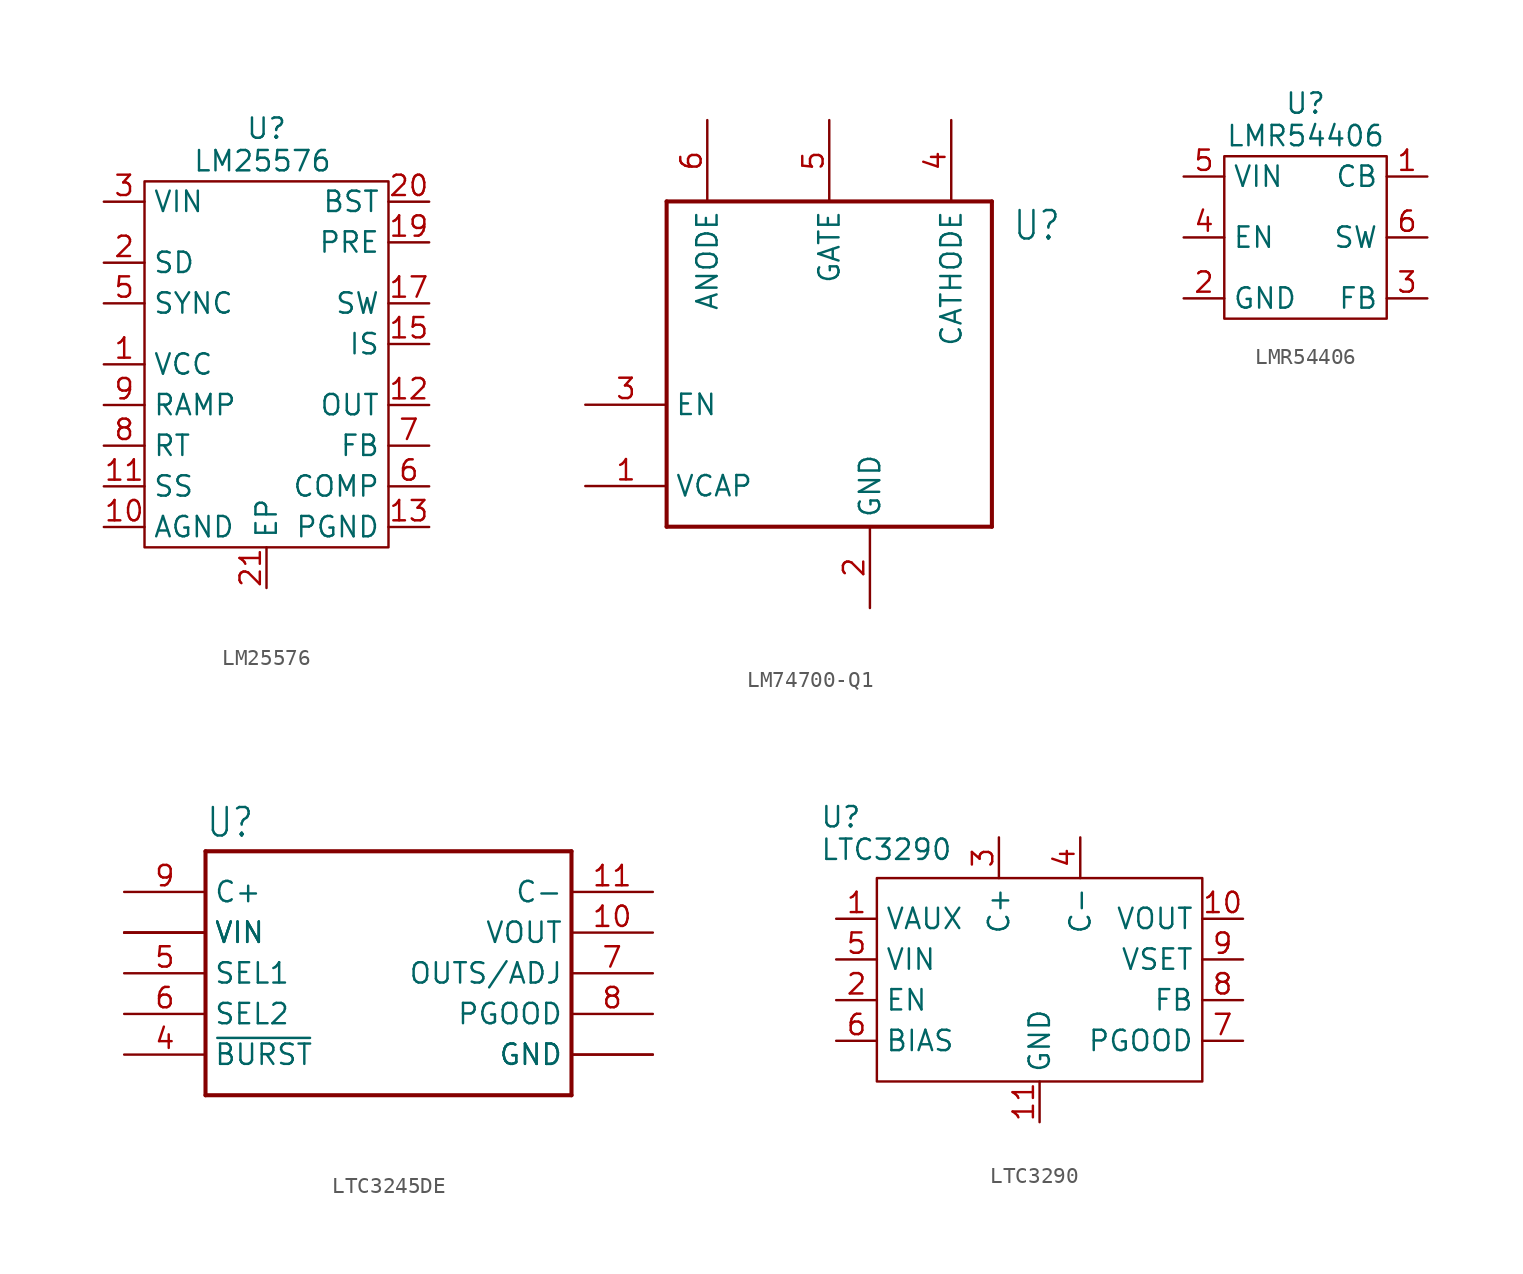
<source format=kicad_sym>
(kicad_symbol_lib
  (version 20231120)
  (generator "kicad_symbol_editor")
  (generator_version "8.0")
  (symbol "LM25576"
    (property "Reference" "U"
      (at 0 14.732 0)
      (effects (font (size 1.27 1.27))))
    (property "Value" "LM25576"
      (at -0.254 12.7 0)
      (effects (font (size 1.27 1.27))))
    (symbol "LM25576_0_1"
      (polyline (pts (xy -7.62 11.43) (xy 7.62 11.43) (xy 7.62 -11.43) (xy -7.62 -11.43) (xy -7.62 11.43)) (stroke (width 0) (type default)) (fill (type none))))
    (symbol "LM25576_1_1"
      (pin passive line (at -10.16 0 0) (length 2.54) (name "VCC" (effects (font (size 1.27 1.27)))) (number "1" (effects (font (size 1.27 1.27)))))
      (pin power_in line (at -10.16 -10.16 0) (length 2.54) (name "AGND" (effects (font (size 1.27 1.27)))) (number "10" (effects (font (size 1.27 1.27)))))
      (pin passive line (at -10.16 -7.62 0) (length 2.54) (name "SS" (effects (font (size 1.27 1.27)))) (number "11" (effects (font (size 1.27 1.27)))))
      (pin passive line (at 10.16 -2.54 180) (length 2.54) (name "OUT" (effects (font (size 1.27 1.27)))) (number "12" (effects (font (size 1.27 1.27)))))
      (pin power_in line (at 10.16 -10.16 180) (length 2.54) (name "PGND" (effects (font (size 1.27 1.27)))) (number "13" (effects (font (size 1.27 1.27)))))
      (pin passive line (at 10.16 -10.16 180) (length 2.54) hide (name "PGND" (effects (font (size 1.27 1.27)))) (number "14" (effects (font (size 1.27 1.27)))))
      (pin passive line (at 10.16 1.27 180) (length 2.54) (name "IS" (effects (font (size 1.27 1.27)))) (number "15" (effects (font (size 1.27 1.27)))))
      (pin passive line (at 10.16 1.27 180) (length 2.54) hide (name "IS" (effects (font (size 1.27 1.27)))) (number "16" (effects (font (size 1.27 1.27)))))
      (pin passive line (at 10.16 3.81 180) (length 2.54) (name "SW" (effects (font (size 1.27 1.27)))) (number "17" (effects (font (size 1.27 1.27)))))
      (pin passive line (at 10.16 3.81 180) (length 2.54) hide (name "SW" (effects (font (size 1.27 1.27)))) (number "18" (effects (font (size 1.27 1.27)))))
      (pin passive line (at 10.16 7.62 180) (length 2.54) (name "PRE" (effects (font (size 1.27 1.27)))) (number "19" (effects (font (size 1.27 1.27)))))
      (pin passive line (at -10.16 6.35 0) (length 2.54) (name "SD" (effects (font (size 1.27 1.27)))) (number "2" (effects (font (size 1.27 1.27)))))
      (pin passive line (at 10.16 10.16 180) (length 2.54) (name "BST" (effects (font (size 1.27 1.27)))) (number "20" (effects (font (size 1.27 1.27)))))
      (pin passive line (at 0 -13.97 90) (length 2.54) (name "EP" (effects (font (size 1.27 1.27)))) (number "21" (effects (font (size 1.27 1.27)))))
      (pin power_in line (at -10.16 10.16 0) (length 2.54) (name "VIN" (effects (font (size 1.27 1.27)))) (number "3" (effects (font (size 1.27 1.27)))))
      (pin passive line (at -10.16 10.16 0) (length 2.54) hide (name "VIN" (effects (font (size 1.27 1.27)))) (number "4" (effects (font (size 1.27 1.27)))))
      (pin bidirectional line (at -10.16 3.81 0) (length 2.54) (name "SYNC" (effects (font (size 1.27 1.27)))) (number "5" (effects (font (size 1.27 1.27)))))
      (pin passive line (at 10.16 -7.62 180) (length 2.54) (name "COMP" (effects (font (size 1.27 1.27)))) (number "6" (effects (font (size 1.27 1.27)))))
      (pin passive line (at 10.16 -5.08 180) (length 2.54) (name "FB" (effects (font (size 1.27 1.27)))) (number "7" (effects (font (size 1.27 1.27)))))
      (pin passive line (at -10.16 -5.08 0) (length 2.54) (name "RT" (effects (font (size 1.27 1.27)))) (number "8" (effects (font (size 1.27 1.27)))))
      (pin passive line (at -10.16 -2.54 0) (length 2.54) (name "RAMP" (effects (font (size 1.27 1.27)))) (number "9" (effects (font (size 1.27 1.27)))))))
  (symbol "LM74700-Q1"
    (property "Reference" "U"
      (at 11.43 7.62 0)
      (effects (font (size 1.778 1.511)) (justify left bottom)))
    (property "Value" ""
      (at 11.43 5.08 0)
      (effects (font (size 1.778 1.511)) (justify left bottom)))
    (property "ki_locked" ""
      (at 0 0 0)
      (effects (font (size 1.27 1.27))))
    (symbol "LM74700-Q1_1_0"
      (polyline (pts (xy -10.16 -10.16) (xy 10.16 -10.16)) (stroke (width 0.254) (type solid)) (fill (type none)))
      (polyline (pts (xy -10.16 10.16) (xy -10.16 -10.16)) (stroke (width 0.254) (type solid)) (fill (type none)))
      (polyline (pts (xy 10.16 -10.16) (xy 10.16 10.16)) (stroke (width 0.254) (type solid)) (fill (type none)))
      (polyline (pts (xy 10.16 10.16) (xy -10.16 10.16)) (stroke (width 0.254) (type solid)) (fill (type none)))
      (pin bidirectional line (at -15.24 -7.62 0) (length 5.08) (name "VCAP" (effects (font (size 1.27 1.27)))) (number "1" (effects (font (size 1.27 1.27)))))
      (pin bidirectional line (at 2.54 -15.24 90) (length 5.08) (name "GND" (effects (font (size 1.27 1.27)))) (number "2" (effects (font (size 1.27 1.27)))))
      (pin bidirectional line (at -15.24 -2.54 0) (length 5.08) (name "EN" (effects (font (size 1.27 1.27)))) (number "3" (effects (font (size 1.27 1.27)))))
      (pin bidirectional line (at 7.62 15.24 270) (length 5.08) (name "CATHODE" (effects (font (size 1.27 1.27)))) (number "4" (effects (font (size 1.27 1.27)))))
      (pin bidirectional line (at 0 15.24 270) (length 5.08) (name "GATE" (effects (font (size 1.27 1.27)))) (number "5" (effects (font (size 1.27 1.27)))))
      (pin bidirectional line (at -7.62 15.24 270) (length 5.08) (name "ANODE" (effects (font (size 1.27 1.27)))) (number "6" (effects (font (size 1.27 1.27)))))))
  (symbol "LMR54406"
    (property "Reference" "U"
      (at 0 8.382 0)
      (effects (font (size 1.27 1.27))))
    (property "Value" "LMR54406"
      (at 0 6.35 0)
      (effects (font (size 1.27 1.27))))
    (symbol "LMR54406_0_0"
      (pin passive line (at 7.62 3.81 180) (length 2.54) (name "CB" (effects (font (size 1.27 1.27)))) (number "1" (effects (font (size 1.27 1.27)))))
      (pin power_in line (at -7.62 -3.81 0) (length 2.54) (name "GND" (effects (font (size 1.27 1.27)))) (number "2" (effects (font (size 1.27 1.27)))))
      (pin passive line (at 7.62 -3.81 180) (length 2.54) (name "FB" (effects (font (size 1.27 1.27)))) (number "3" (effects (font (size 1.27 1.27)))))
      (pin input line (at -7.62 0 0) (length 2.54) (name "EN" (effects (font (size 1.27 1.27)))) (number "4" (effects (font (size 1.27 1.27)))))
      (pin power_in line (at -7.62 3.81 0) (length 2.54) (name "VIN" (effects (font (size 1.27 1.27)))) (number "5" (effects (font (size 1.27 1.27)))))
      (pin passive line (at 7.62 0 180) (length 2.54) (name "SW" (effects (font (size 1.27 1.27)))) (number "6" (effects (font (size 1.27 1.27))))))
    (symbol "LMR54406_0_1"
      (polyline (pts (xy -5.08 5.08) (xy -5.08 -5.08) (xy 5.08 -5.08) (xy 5.08 5.08) (xy -5.08 5.08)) (stroke (width 0) (type default)) (fill (type none)))))
  (symbol "LTC3245DE"
    (property "Reference" "U"
      (at -10.16 8.382 0)
      (effects (font (size 1.778 1.511)) (justify left bottom)))
    (property "Value" ""
      (at -10.16 -10.16 0)
      (effects (font (size 1.778 1.511)) (justify left bottom)))
    (property "ki_locked" ""
      (at 0 0 0)
      (effects (font (size 1.27 1.27))))
    (symbol "LTC3245DE_1_0"
      (polyline (pts (xy -10.16 -7.62) (xy 12.7 -7.62)) (stroke (width 0.254) (type solid)) (fill (type none)))
      (polyline (pts (xy -10.16 7.62) (xy -10.16 -7.62)) (stroke (width 0.254) (type solid)) (fill (type none)))
      (polyline (pts (xy 12.7 -7.62) (xy 12.7 7.62)) (stroke (width 0.254) (type solid)) (fill (type none)))
      (polyline (pts (xy 12.7 7.62) (xy -10.16 7.62)) (stroke (width 0.254) (type solid)) (fill (type none)))
      (pin bidirectional line (at -15.24 2.54 0) (length 5.08) (name "VIN" (effects (font (size 1.27 1.27)))) (number "1" (effects (font (size 0 0)))))
      (pin bidirectional line (at 17.78 2.54 180) (length 5.08) (name "VOUT" (effects (font (size 1.27 1.27)))) (number "10" (effects (font (size 1.27 1.27)))))
      (pin bidirectional line (at 17.78 5.08 180) (length 5.08) (name "C-" (effects (font (size 1.27 1.27)))) (number "11" (effects (font (size 1.27 1.27)))))
      (pin bidirectional line (at 17.78 -5.08 180) (length 5.08) (name "GND" (effects (font (size 1.27 1.27)))) (number "12" (effects (font (size 0 0)))))
      (pin bidirectional line (at -15.24 2.54 0) (length 5.08) (name "VIN" (effects (font (size 1.27 1.27)))) (number "2" (effects (font (size 0 0)))))
      (pin bidirectional line (at -15.24 2.54 0) (length 5.08) (name "VIN" (effects (font (size 1.27 1.27)))) (number "3" (effects (font (size 0 0)))))
      (pin bidirectional line (at -15.24 -5.08 0) (length 5.08) (name "~{BURST}" (effects (font (size 1.27 1.27)))) (number "4" (effects (font (size 1.27 1.27)))))
      (pin bidirectional line (at -15.24 0 0) (length 5.08) (name "SEL1" (effects (font (size 1.27 1.27)))) (number "5" (effects (font (size 1.27 1.27)))))
      (pin bidirectional line (at -15.24 -2.54 0) (length 5.08) (name "SEL2" (effects (font (size 1.27 1.27)))) (number "6" (effects (font (size 1.27 1.27)))))
      (pin bidirectional line (at 17.78 0 180) (length 5.08) (name "OUTS/ADJ" (effects (font (size 1.27 1.27)))) (number "7" (effects (font (size 1.27 1.27)))))
      (pin bidirectional line (at 17.78 -2.54 180) (length 5.08) (name "PGOOD" (effects (font (size 1.27 1.27)))) (number "8" (effects (font (size 1.27 1.27)))))
      (pin bidirectional line (at -15.24 5.08 0) (length 5.08) (name "C+" (effects (font (size 1.27 1.27)))) (number "9" (effects (font (size 1.27 1.27)))))
      (pin bidirectional line (at 17.78 -5.08 180) (length 5.08) (name "GND" (effects (font (size 1.27 1.27)))) (number "EXP" (effects (font (size 0 0)))))))
  (symbol "LTC3290"
    (property "Reference" "U"
      (at -13.716 10.16 0)
      (effects (font (size 1.27 1.27)) (justify left)))
    (property "Value" "LTC3290"
      (at -13.716 8.128 0)
      (effects (font (size 1.27 1.27)) (justify left)))
    (symbol "LTC3290_0_0"
      (pin power_in line (at -12.7 3.81 0) (length 2.54) (name "VAUX" (effects (font (size 1.27 1.27)))) (number "1" (effects (font (size 1.27 1.27)))))
      (pin power_out line (at 12.7 3.81 180) (length 2.54) (name "VOUT" (effects (font (size 1.27 1.27)))) (number "10" (effects (font (size 1.27 1.27)))))
      (pin power_in line (at 0 -8.89 90) (length 2.54) (name "GND" (effects (font (size 1.27 1.27)))) (number "11" (effects (font (size 1.27 1.27)))))
      (pin input line (at -12.7 -1.27 0) (length 2.54) (name "EN" (effects (font (size 1.27 1.27)))) (number "2" (effects (font (size 1.27 1.27)))))
      (pin passive line (at -2.54 8.89 270) (length 2.54) (name "C+" (effects (font (size 1.27 1.27)))) (number "3" (effects (font (size 1.27 1.27)))))
      (pin passive line (at 2.54 8.89 270) (length 2.54) (name "C-" (effects (font (size 1.27 1.27)))) (number "4" (effects (font (size 1.27 1.27)))))
      (pin power_in line (at -12.7 1.27 0) (length 2.54) (name "VIN" (effects (font (size 1.27 1.27)))) (number "5" (effects (font (size 1.27 1.27)))))
      (pin passive line (at -12.7 -3.81 0) (length 2.54) (name "BIAS" (effects (font (size 1.27 1.27)))) (number "6" (effects (font (size 1.27 1.27)))))
      (pin open_collector line (at 12.7 -3.81 180) (length 2.54) (name "PGOOD" (effects (font (size 1.27 1.27)))) (number "7" (effects (font (size 1.27 1.27)))))
      (pin input line (at 12.7 -1.27 180) (length 2.54) (name "FB" (effects (font (size 1.27 1.27)))) (number "8" (effects (font (size 1.27 1.27)))))
      (pin input line (at 12.7 1.27 180) (length 2.54) (name "VSET" (effects (font (size 1.27 1.27)))) (number "9" (effects (font (size 1.27 1.27))))))
    (symbol "LTC3290_0_1"
      (rectangle (start -10.16 6.35) (end 10.16 -6.35) (stroke (width 0) (type default)) (fill (type none))))))
</source>
